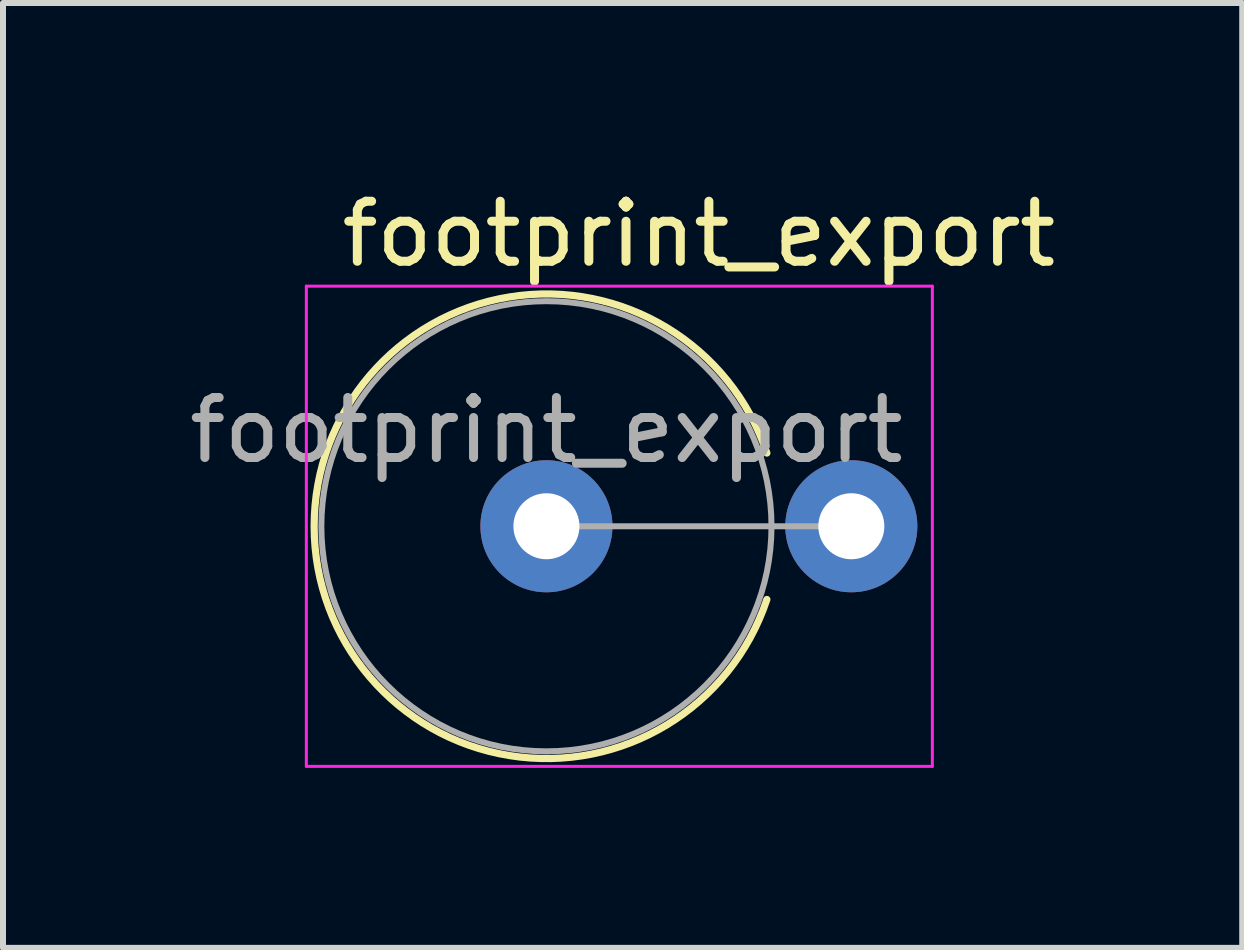
<source format=kicad_pcb>
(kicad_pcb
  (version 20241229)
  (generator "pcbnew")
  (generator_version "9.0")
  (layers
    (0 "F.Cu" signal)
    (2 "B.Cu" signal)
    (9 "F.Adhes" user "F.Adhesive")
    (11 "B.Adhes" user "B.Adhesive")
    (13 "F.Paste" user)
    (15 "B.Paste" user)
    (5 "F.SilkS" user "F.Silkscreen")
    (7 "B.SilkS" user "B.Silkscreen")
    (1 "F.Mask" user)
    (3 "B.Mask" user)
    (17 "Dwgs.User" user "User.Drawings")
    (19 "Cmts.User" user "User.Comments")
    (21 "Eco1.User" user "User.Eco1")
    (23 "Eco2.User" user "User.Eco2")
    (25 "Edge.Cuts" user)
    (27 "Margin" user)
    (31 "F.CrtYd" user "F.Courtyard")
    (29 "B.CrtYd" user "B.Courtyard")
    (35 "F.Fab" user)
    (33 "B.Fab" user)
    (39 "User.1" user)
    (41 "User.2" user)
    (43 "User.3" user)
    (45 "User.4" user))
  (footprint "footprint_export"
    (layer "F.Cu")
    (at 6.054 5.718)
    (property "Reference" "footprint_export" (at 2.54 -4.87 0) (layer "F.SilkS") (effects (font (size 1 1) (thickness 0.15))))
    (attr through_hole)
    (fp_arc (start 3.672669 1.22) (mid -3.87 0) (end 3.672669 -1.22) (stroke (width 0.12) (type solid)) (layer "F.SilkS"))
    (fp_line (start -4 -4) (end -4 4) (stroke (width 0.05) (type solid)) (layer "F.CrtYd"))
    (fp_line (start -4 4) (end 6.43 4) (stroke (width 0.05) (type solid)) (layer "F.CrtYd"))
    (fp_line (start 6.43 -4) (end -4 -4) (stroke (width 0.05) (type solid)) (layer "F.CrtYd"))
    (fp_line (start 6.43 4) (end 6.43 -4) (stroke (width 0.05) (type solid)) (layer "F.CrtYd"))
    (fp_line (start 0 0) (end 5.08 0) (stroke (width 0.1) (type solid)) (layer "F.Fab"))
    (fp_circle (center 0 0) (end 3.75 0) (stroke (width 0.1) (type solid)) (fill no) (layer "F.Fab"))
    (fp_text user "${REFERENCE}" (at 0 -1.6 0) (layer "F.Fab") (effects (font (size 1 1) (thickness 0.15))))
    (pad "1" thru_hole circle (at 0 0) (size 2.2 2.2) (drill 1.1) (layers "*.Cu" "*.Mask"))
    (pad "2" thru_hole oval (at 5.08 0) (size 2.2 2.2) (drill 1.1) (layers "*.Cu" "*.Mask")))
  (gr_rect
    (start -3 -3)
    (end 17.647 12.743)
    (stroke (width 0.1) (type default))
    (fill no)
    (layer "Edge.Cuts")))
</source>
